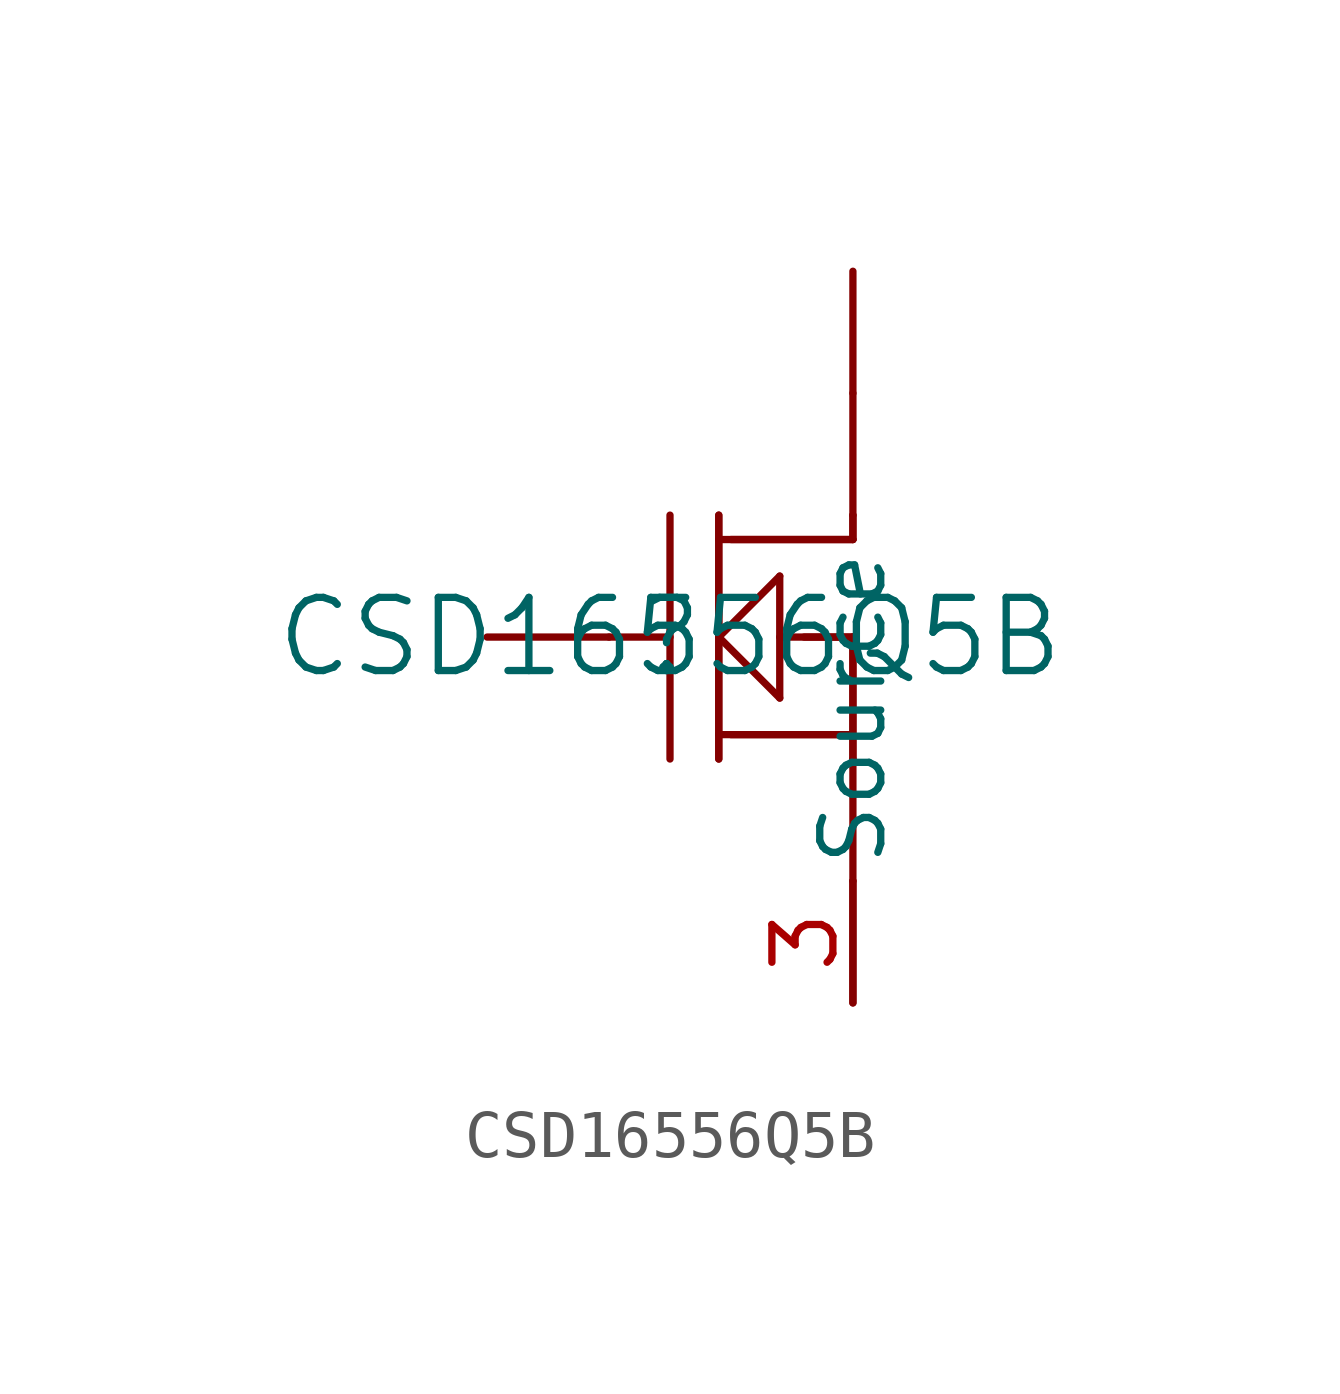
<source format=kicad_sym>
(kicad_symbol_lib
  (version 20211014)
  (generator kicad_symbol_editor)
  (symbol "CSD16556Q5B"
    (pin_names
      (offset 0.254))
    (property "Reference" ""
      (at 0 0 0)
      (effects (font (size 1.524 1.524))))
    (property "Value" "CSD16556Q5B"
      (at 0 0 0)
      (effects (font (size 1.524 1.524))))
    (polyline
      (pts (xy -3.81 0) (xy -1.27 0))
      (stroke (width 0.152) (type default) (color 0 0 0 0))
      (fill (type none)))
    (polyline
      (pts (xy 3.81 7.62) (xy 3.81 5.08))
      (stroke (width 0.152) (type default) (color 0 0 0 0))
      (fill (type none)))
    (polyline
      (pts (xy 3.81 -7.62) (xy 3.81 -5.08))
      (stroke (width 0.152) (type default) (color 0 0 0 0))
      (fill (type none)))
    (polyline
      (pts (xy 1.016 2.54) (xy 1.016 -2.54))
      (stroke (width 0.152) (type default) (color 0 0 0 0))
      (fill (type none)))
    (polyline
      (pts (xy 3.81 2.54) (xy 3.81 2.032))
      (stroke (width 0.152) (type default) (color 0 0 0 0))
      (fill (type none)))
    (polyline
      (pts (xy 3.81 2.032) (xy 1.27 2.032))
      (stroke (width 0.152) (type default) (color 0 0 0 0))
      (fill (type none)))
    (polyline
      (pts (xy 2.794 0) (xy 3.81 0))
      (stroke (width 0.152) (type default) (color 0 0 0 0))
      (fill (type none)))
    (polyline
      (pts (xy 3.81 0) (xy 3.81 -2.54))
      (stroke (width 0.152) (type default) (color 0 0 0 0))
      (fill (type none)))
    (polyline
      (pts (xy 1.27 -2.032) (xy 3.556 -2.032))
      (stroke (width 0.152) (type default) (color 0 0 0 0))
      (fill (type none)))
    (polyline
      (pts (xy 3.81 2.54) (xy 3.81 2.032))
      (stroke (width 0.152) (type default) (color 0 0 0 0))
      (fill (type none)))
    (polyline
      (pts (xy 3.81 2.032) (xy 1.016 2.032))
      (stroke (width 0.152) (type default) (color 0 0 0 0))
      (fill (type none)))
    (polyline
      (pts (xy 1.016 2.54) (xy 1.016 -2.54))
      (stroke (width 0.152) (type default) (color 0 0 0 0))
      (fill (type none)))
    (polyline
      (pts (xy 1.016 -2.032) (xy 3.81 -2.032))
      (stroke (width 0.152) (type default) (color 0 0 0 0))
      (fill (type none)))
    (polyline
      (pts (xy 1.016 0) (xy 2.286 1.27))
      (stroke (width 0.152) (type default) (color 0 0 0 0))
      (fill (type none)))
    (polyline
      (pts (xy 2.286 1.27) (xy 2.286 -1.27))
      (stroke (width 0.152) (type default) (color 0 0 0 0))
      (fill (type none)))
    (polyline
      (pts (xy 2.286 -1.27) (xy 1.016 0))
      (stroke (width 0.152) (type default) (color 0 0 0 0))
      (fill (type none)))
    (polyline
      (pts (xy 2.286 0) (xy 3.81 0))
      (stroke (width 0.152) (type default) (color 0 0 0 0))
      (fill (type none)))
    (polyline
      (pts (xy 3.81 0) (xy 3.81 -2.54))
      (stroke (width 0.152) (type default) (color 0 0 0 0))
      (fill (type none)))
    (polyline
      (pts (xy -1.27 0) (xy 0 0))
      (stroke (width 0.152) (type default) (color 0 0 0 0))
      (fill (type none)))
    (polyline
      (pts (xy 0 -2.54) (xy 0 2.54))
      (stroke (width 0.152) (type default) (color 0 0 0 0))
      (fill (type none)))
    (polyline
      (pts (xy 3.81 5.08) (xy 3.81 2.54))
      (stroke (width 0.152) (type default) (color 0 0 0 0))
      (fill (type none)))
    (polyline
      (pts (xy 3.81 -2.54) (xy 3.81 -5.08))
      (stroke (width 0.152) (type default) (color 0 0 0 0))
      (fill (type none)))
    (pin unspecified line
      (at 3.81 -7.62 90)
      (length 2.54)
      (name "Source" (effects (font (size 1.27 1.27))))
      (number "3" (effects (font (size 1.27 1.27)))))))
</source>
